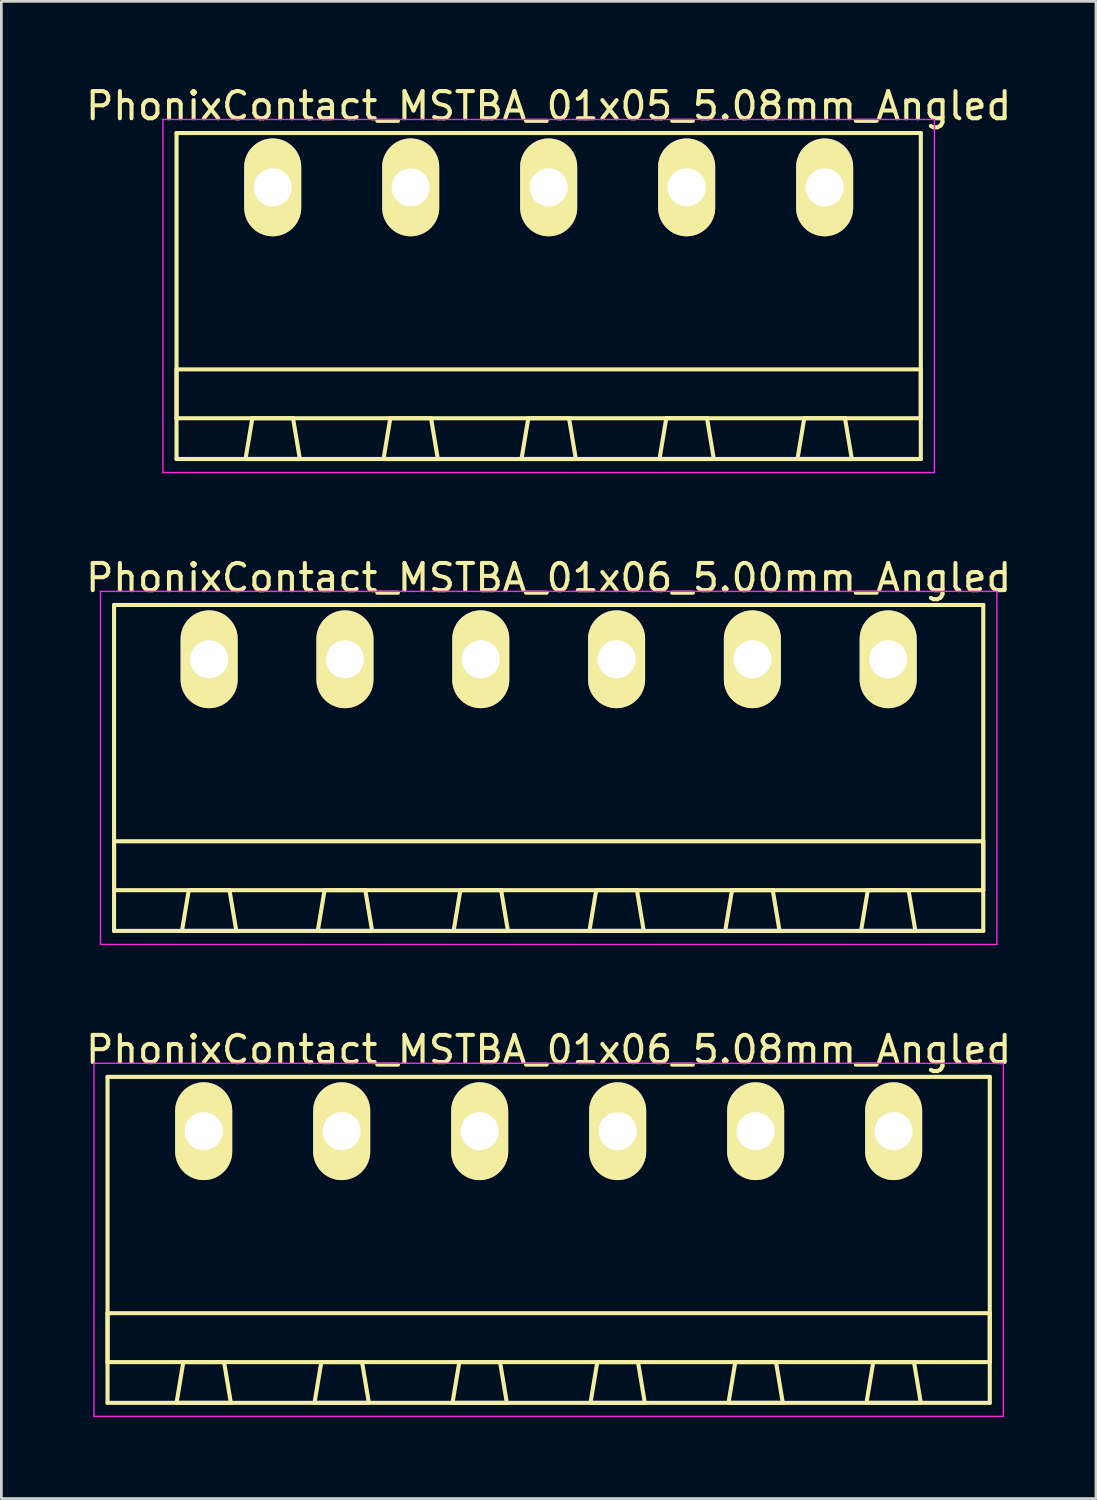
<source format=kicad_pcb>
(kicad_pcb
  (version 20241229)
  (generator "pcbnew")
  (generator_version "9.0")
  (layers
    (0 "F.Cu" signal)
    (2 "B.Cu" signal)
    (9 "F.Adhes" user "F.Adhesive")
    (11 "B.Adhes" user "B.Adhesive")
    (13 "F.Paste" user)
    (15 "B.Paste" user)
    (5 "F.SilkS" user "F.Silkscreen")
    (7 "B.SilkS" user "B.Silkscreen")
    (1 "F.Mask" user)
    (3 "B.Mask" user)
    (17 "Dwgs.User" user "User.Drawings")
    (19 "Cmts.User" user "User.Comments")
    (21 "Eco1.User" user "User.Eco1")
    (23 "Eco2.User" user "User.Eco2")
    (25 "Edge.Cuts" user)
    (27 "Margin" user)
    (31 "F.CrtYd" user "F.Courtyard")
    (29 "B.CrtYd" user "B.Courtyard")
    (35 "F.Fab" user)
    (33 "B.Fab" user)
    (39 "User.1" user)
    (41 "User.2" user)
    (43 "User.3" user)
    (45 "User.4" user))
  (footprint "PhonixContact_MSTBA_01x06_5.08mm_Angled"
    (layer "F.Cu")
    (at 4.449 38.595)
    (property "Reference" "PhonixContact_MSTBA_01x06_5.08mm_Angled" (at 12.7 -3 0) (layer "F.SilkS") (effects (font (size 1 1) (thickness 0.15))))
    (attr through_hole)
    (fp_line (start -3.54 -2) (end -3.54 10) (stroke (width 0.15) (type solid)) (layer "F.SilkS"))
    (fp_line (start -3.54 6.7) (end 28.94 6.7) (stroke (width 0.15) (type solid)) (layer "F.SilkS"))
    (fp_line (start -3.54 8.5) (end -3.54 6.7) (stroke (width 0.15) (type solid)) (layer "F.SilkS"))
    (fp_line (start -3.54 10) (end 28.94 10) (stroke (width 0.15) (type solid)) (layer "F.SilkS"))
    (fp_line (start -1 10) (end 1 10) (stroke (width 0.15) (type solid)) (layer "F.SilkS"))
    (fp_line (start -0.75 8.5) (end -1 10) (stroke (width 0.15) (type solid)) (layer "F.SilkS"))
    (fp_line (start 0.75 8.5) (end -0.75 8.5) (stroke (width 0.15) (type solid)) (layer "F.SilkS"))
    (fp_line (start 1 10) (end 0.75 8.5) (stroke (width 0.15) (type solid)) (layer "F.SilkS"))
    (fp_line (start 4.08 10) (end 6.08 10) (stroke (width 0.15) (type solid)) (layer "F.SilkS"))
    (fp_line (start 4.33 8.5) (end 4.08 10) (stroke (width 0.15) (type solid)) (layer "F.SilkS"))
    (fp_line (start 5.83 8.5) (end 4.33 8.5) (stroke (width 0.15) (type solid)) (layer "F.SilkS"))
    (fp_line (start 6.08 10) (end 5.83 8.5) (stroke (width 0.15) (type solid)) (layer "F.SilkS"))
    (fp_line (start 9.16 10) (end 11.16 10) (stroke (width 0.15) (type solid)) (layer "F.SilkS"))
    (fp_line (start 9.41 8.5) (end 9.16 10) (stroke (width 0.15) (type solid)) (layer "F.SilkS"))
    (fp_line (start 10.91 8.5) (end 9.41 8.5) (stroke (width 0.15) (type solid)) (layer "F.SilkS"))
    (fp_line (start 11.16 10) (end 10.91 8.5) (stroke (width 0.15) (type solid)) (layer "F.SilkS"))
    (fp_line (start 14.24 10) (end 16.24 10) (stroke (width 0.15) (type solid)) (layer "F.SilkS"))
    (fp_line (start 14.49 8.5) (end 14.24 10) (stroke (width 0.15) (type solid)) (layer "F.SilkS"))
    (fp_line (start 15.99 8.5) (end 14.49 8.5) (stroke (width 0.15) (type solid)) (layer "F.SilkS"))
    (fp_line (start 16.24 10) (end 15.99 8.5) (stroke (width 0.15) (type solid)) (layer "F.SilkS"))
    (fp_line (start 19.32 10) (end 21.32 10) (stroke (width 0.15) (type solid)) (layer "F.SilkS"))
    (fp_line (start 19.57 8.5) (end 19.32 10) (stroke (width 0.15) (type solid)) (layer "F.SilkS"))
    (fp_line (start 21.07 8.5) (end 19.57 8.5) (stroke (width 0.15) (type solid)) (layer "F.SilkS"))
    (fp_line (start 21.32 10) (end 21.07 8.5) (stroke (width 0.15) (type solid)) (layer "F.SilkS"))
    (fp_line (start 24.4 10) (end 26.4 10) (stroke (width 0.15) (type solid)) (layer "F.SilkS"))
    (fp_line (start 24.65 8.5) (end 24.4 10) (stroke (width 0.15) (type solid)) (layer "F.SilkS"))
    (fp_line (start 26.15 8.5) (end 24.65 8.5) (stroke (width 0.15) (type solid)) (layer "F.SilkS"))
    (fp_line (start 26.4 10) (end 26.15 8.5) (stroke (width 0.15) (type solid)) (layer "F.SilkS"))
    (fp_line (start 28.94 -2) (end -3.54 -2) (stroke (width 0.15) (type solid)) (layer "F.SilkS"))
    (fp_line (start 28.94 6.7) (end 28.94 8.5) (stroke (width 0.15) (type solid)) (layer "F.SilkS"))
    (fp_line (start 28.94 8.5) (end -3.54 8.5) (stroke (width 0.15) (type solid)) (layer "F.SilkS"))
    (fp_line (start 28.94 10) (end 28.94 -2) (stroke (width 0.15) (type solid)) (layer "F.SilkS"))
    (fp_line (start -4.04 -2.5) (end -4.04 10.5) (stroke (width 0.05) (type solid)) (layer "F.CrtYd"))
    (fp_line (start -4.04 10.5) (end 29.44 10.5) (stroke (width 0.05) (type solid)) (layer "F.CrtYd"))
    (fp_line (start 29.44 -2.5) (end -4.04 -2.5) (stroke (width 0.05) (type solid)) (layer "F.CrtYd"))
    (fp_line (start 29.44 10.5) (end 29.44 -2.5) (stroke (width 0.05) (type solid)) (layer "F.CrtYd"))
    (pad "1" thru_hole oval (at 0 0) (size 2.1 3.6) (drill 1.4) (layers "*.Cu" "*.Mask" "F.SilkS"))
    (pad "2" thru_hole oval (at 5.08 0) (size 2.1 3.6) (drill 1.4) (layers "*.Cu" "*.Mask" "F.SilkS"))
    (pad "3" thru_hole oval (at 10.16 0) (size 2.1 3.6) (drill 1.4) (layers "*.Cu" "*.Mask" "F.SilkS"))
    (pad "4" thru_hole oval (at 15.24 0) (size 2.1 3.6) (drill 1.4) (layers "*.Cu" "*.Mask" "F.SilkS"))
    (pad "5" thru_hole oval (at 20.32 0) (size 2.1 3.6) (drill 1.4) (layers "*.Cu" "*.Mask" "F.SilkS"))
    (pad "6" thru_hole oval (at 25.4 0) (size 2.1 3.6) (drill 1.4) (layers "*.Cu" "*.Mask" "F.SilkS")))
  (footprint "PhonixContact_MSTBA_01x06_5.00mm_Angled"
    (layer "F.Cu")
    (at 4.649 21.221)
    (property "Reference" "PhonixContact_MSTBA_01x06_5.00mm_Angled" (at 12.5 -3 0) (layer "F.SilkS") (effects (font (size 1 1) (thickness 0.15))))
    (attr through_hole)
    (fp_line (start -3.5 -2) (end -3.5 10) (stroke (width 0.15) (type solid)) (layer "F.SilkS"))
    (fp_line (start -3.5 6.7) (end 28.5 6.7) (stroke (width 0.15) (type solid)) (layer "F.SilkS"))
    (fp_line (start -3.5 8.5) (end -3.5 6.7) (stroke (width 0.15) (type solid)) (layer "F.SilkS"))
    (fp_line (start -3.5 10) (end 28.5 10) (stroke (width 0.15) (type solid)) (layer "F.SilkS"))
    (fp_line (start -1 10) (end 1 10) (stroke (width 0.15) (type solid)) (layer "F.SilkS"))
    (fp_line (start -0.75 8.5) (end -1 10) (stroke (width 0.15) (type solid)) (layer "F.SilkS"))
    (fp_line (start 0.75 8.5) (end -0.75 8.5) (stroke (width 0.15) (type solid)) (layer "F.SilkS"))
    (fp_line (start 1 10) (end 0.75 8.5) (stroke (width 0.15) (type solid)) (layer "F.SilkS"))
    (fp_line (start 4 10) (end 6 10) (stroke (width 0.15) (type solid)) (layer "F.SilkS"))
    (fp_line (start 4.25 8.5) (end 4 10) (stroke (width 0.15) (type solid)) (layer "F.SilkS"))
    (fp_line (start 5.75 8.5) (end 4.25 8.5) (stroke (width 0.15) (type solid)) (layer "F.SilkS"))
    (fp_line (start 6 10) (end 5.75 8.5) (stroke (width 0.15) (type solid)) (layer "F.SilkS"))
    (fp_line (start 9 10) (end 11 10) (stroke (width 0.15) (type solid)) (layer "F.SilkS"))
    (fp_line (start 9.25 8.5) (end 9 10) (stroke (width 0.15) (type solid)) (layer "F.SilkS"))
    (fp_line (start 10.75 8.5) (end 9.25 8.5) (stroke (width 0.15) (type solid)) (layer "F.SilkS"))
    (fp_line (start 11 10) (end 10.75 8.5) (stroke (width 0.15) (type solid)) (layer "F.SilkS"))
    (fp_line (start 14 10) (end 16 10) (stroke (width 0.15) (type solid)) (layer "F.SilkS"))
    (fp_line (start 14.25 8.5) (end 14 10) (stroke (width 0.15) (type solid)) (layer "F.SilkS"))
    (fp_line (start 15.75 8.5) (end 14.25 8.5) (stroke (width 0.15) (type solid)) (layer "F.SilkS"))
    (fp_line (start 16 10) (end 15.75 8.5) (stroke (width 0.15) (type solid)) (layer "F.SilkS"))
    (fp_line (start 19 10) (end 21 10) (stroke (width 0.15) (type solid)) (layer "F.SilkS"))
    (fp_line (start 19.25 8.5) (end 19 10) (stroke (width 0.15) (type solid)) (layer "F.SilkS"))
    (fp_line (start 20.75 8.5) (end 19.25 8.5) (stroke (width 0.15) (type solid)) (layer "F.SilkS"))
    (fp_line (start 21 10) (end 20.75 8.5) (stroke (width 0.15) (type solid)) (layer "F.SilkS"))
    (fp_line (start 24 10) (end 26 10) (stroke (width 0.15) (type solid)) (layer "F.SilkS"))
    (fp_line (start 24.25 8.5) (end 24 10) (stroke (width 0.15) (type solid)) (layer "F.SilkS"))
    (fp_line (start 25.75 8.5) (end 24.25 8.5) (stroke (width 0.15) (type solid)) (layer "F.SilkS"))
    (fp_line (start 26 10) (end 25.75 8.5) (stroke (width 0.15) (type solid)) (layer "F.SilkS"))
    (fp_line (start 28.5 -2) (end -3.5 -2) (stroke (width 0.15) (type solid)) (layer "F.SilkS"))
    (fp_line (start 28.5 6.7) (end 28.5 8.5) (stroke (width 0.15) (type solid)) (layer "F.SilkS"))
    (fp_line (start 28.5 8.5) (end -3.5 8.5) (stroke (width 0.15) (type solid)) (layer "F.SilkS"))
    (fp_line (start 28.5 10) (end 28.5 -2) (stroke (width 0.15) (type solid)) (layer "F.SilkS"))
    (fp_line (start -4 -2.5) (end -4 10.5) (stroke (width 0.05) (type solid)) (layer "F.CrtYd"))
    (fp_line (start -4 10.5) (end 29 10.5) (stroke (width 0.05) (type solid)) (layer "F.CrtYd"))
    (fp_line (start 29 -2.5) (end -4 -2.5) (stroke (width 0.05) (type solid)) (layer "F.CrtYd"))
    (fp_line (start 29 10.5) (end 29 -2.5) (stroke (width 0.05) (type solid)) (layer "F.CrtYd"))
    (pad "1" thru_hole oval (at 0 0) (size 2.1 3.6) (drill 1.4) (layers "*.Cu" "*.Mask" "F.SilkS"))
    (pad "2" thru_hole oval (at 5 0) (size 2.1 3.6) (drill 1.4) (layers "*.Cu" "*.Mask" "F.SilkS"))
    (pad "3" thru_hole oval (at 10 0) (size 2.1 3.6) (drill 1.4) (layers "*.Cu" "*.Mask" "F.SilkS"))
    (pad "4" thru_hole oval (at 15 0) (size 2.1 3.6) (drill 1.4) (layers "*.Cu" "*.Mask" "F.SilkS"))
    (pad "5" thru_hole oval (at 20 0) (size 2.1 3.6) (drill 1.4) (layers "*.Cu" "*.Mask" "F.SilkS"))
    (pad "6" thru_hole oval (at 25 0) (size 2.1 3.6) (drill 1.4) (layers "*.Cu" "*.Mask" "F.SilkS")))
  (footprint "PhonixContact_MSTBA_01x05_5.08mm_Angled"
    (layer "F.Cu")
    (at 6.989 3.848)
    (property "Reference" "PhonixContact_MSTBA_01x05_5.08mm_Angled" (at 10.16 -3 0) (layer "F.SilkS") (effects (font (size 1 1) (thickness 0.15))))
    (attr through_hole)
    (fp_line (start -3.54 -2) (end -3.54 10) (stroke (width 0.15) (type solid)) (layer "F.SilkS"))
    (fp_line (start -3.54 6.7) (end 23.86 6.7) (stroke (width 0.15) (type solid)) (layer "F.SilkS"))
    (fp_line (start -3.54 8.5) (end -3.54 6.7) (stroke (width 0.15) (type solid)) (layer "F.SilkS"))
    (fp_line (start -3.54 10) (end 23.86 10) (stroke (width 0.15) (type solid)) (layer "F.SilkS"))
    (fp_line (start -1 10) (end 1 10) (stroke (width 0.15) (type solid)) (layer "F.SilkS"))
    (fp_line (start -0.75 8.5) (end -1 10) (stroke (width 0.15) (type solid)) (layer "F.SilkS"))
    (fp_line (start 0.75 8.5) (end -0.75 8.5) (stroke (width 0.15) (type solid)) (layer "F.SilkS"))
    (fp_line (start 1 10) (end 0.75 8.5) (stroke (width 0.15) (type solid)) (layer "F.SilkS"))
    (fp_line (start 4.08 10) (end 6.08 10) (stroke (width 0.15) (type solid)) (layer "F.SilkS"))
    (fp_line (start 4.33 8.5) (end 4.08 10) (stroke (width 0.15) (type solid)) (layer "F.SilkS"))
    (fp_line (start 5.83 8.5) (end 4.33 8.5) (stroke (width 0.15) (type solid)) (layer "F.SilkS"))
    (fp_line (start 6.08 10) (end 5.83 8.5) (stroke (width 0.15) (type solid)) (layer "F.SilkS"))
    (fp_line (start 9.16 10) (end 11.16 10) (stroke (width 0.15) (type solid)) (layer "F.SilkS"))
    (fp_line (start 9.41 8.5) (end 9.16 10) (stroke (width 0.15) (type solid)) (layer "F.SilkS"))
    (fp_line (start 10.91 8.5) (end 9.41 8.5) (stroke (width 0.15) (type solid)) (layer "F.SilkS"))
    (fp_line (start 11.16 10) (end 10.91 8.5) (stroke (width 0.15) (type solid)) (layer "F.SilkS"))
    (fp_line (start 14.24 10) (end 16.24 10) (stroke (width 0.15) (type solid)) (layer "F.SilkS"))
    (fp_line (start 14.49 8.5) (end 14.24 10) (stroke (width 0.15) (type solid)) (layer "F.SilkS"))
    (fp_line (start 15.99 8.5) (end 14.49 8.5) (stroke (width 0.15) (type solid)) (layer "F.SilkS"))
    (fp_line (start 16.24 10) (end 15.99 8.5) (stroke (width 0.15) (type solid)) (layer "F.SilkS"))
    (fp_line (start 19.32 10) (end 21.32 10) (stroke (width 0.15) (type solid)) (layer "F.SilkS"))
    (fp_line (start 19.57 8.5) (end 19.32 10) (stroke (width 0.15) (type solid)) (layer "F.SilkS"))
    (fp_line (start 21.07 8.5) (end 19.57 8.5) (stroke (width 0.15) (type solid)) (layer "F.SilkS"))
    (fp_line (start 21.32 10) (end 21.07 8.5) (stroke (width 0.15) (type solid)) (layer "F.SilkS"))
    (fp_line (start 23.86 -2) (end -3.54 -2) (stroke (width 0.15) (type solid)) (layer "F.SilkS"))
    (fp_line (start 23.86 6.7) (end 23.86 8.5) (stroke (width 0.15) (type solid)) (layer "F.SilkS"))
    (fp_line (start 23.86 8.5) (end -3.54 8.5) (stroke (width 0.15) (type solid)) (layer "F.SilkS"))
    (fp_line (start 23.86 10) (end 23.86 -2) (stroke (width 0.15) (type solid)) (layer "F.SilkS"))
    (fp_line (start -4.04 -2.5) (end -4.04 10.5) (stroke (width 0.05) (type solid)) (layer "F.CrtYd"))
    (fp_line (start -4.04 10.5) (end 24.36 10.5) (stroke (width 0.05) (type solid)) (layer "F.CrtYd"))
    (fp_line (start 24.36 -2.5) (end -4.04 -2.5) (stroke (width 0.05) (type solid)) (layer "F.CrtYd"))
    (fp_line (start 24.36 10.5) (end 24.36 -2.5) (stroke (width 0.05) (type solid)) (layer "F.CrtYd"))
    (pad "1" thru_hole oval (at 0 0) (size 2.1 3.6) (drill 1.4) (layers "*.Cu" "*.Mask" "F.SilkS"))
    (pad "2" thru_hole oval (at 5.08 0) (size 2.1 3.6) (drill 1.4) (layers "*.Cu" "*.Mask" "F.SilkS"))
    (pad "3" thru_hole oval (at 10.16 0) (size 2.1 3.6) (drill 1.4) (layers "*.Cu" "*.Mask" "F.SilkS"))
    (pad "4" thru_hole oval (at 15.24 0) (size 2.1 3.6) (drill 1.4) (layers "*.Cu" "*.Mask" "F.SilkS"))
    (pad "5" thru_hole oval (at 20.32 0) (size 2.1 3.6) (drill 1.4) (layers "*.Cu" "*.Mask" "F.SilkS")))
  (gr_rect
    (start -3 -3)
    (end 37.298 52.12)
    (stroke (width 0.1) (type default))
    (fill no)
    (layer "Edge.Cuts")))
</source>
